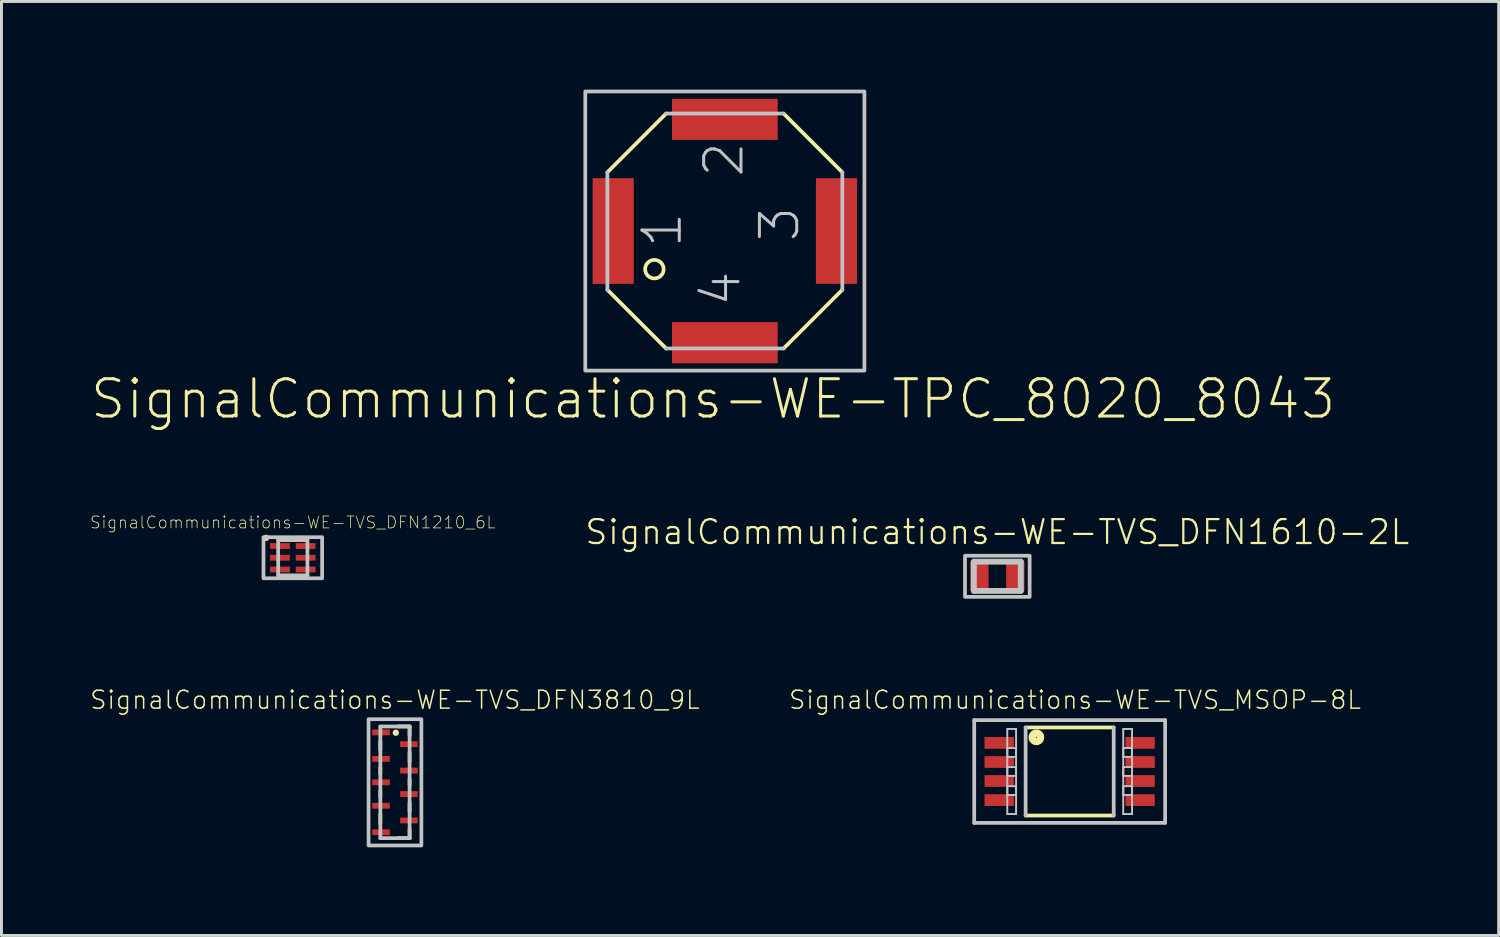
<source format=kicad_pcb>
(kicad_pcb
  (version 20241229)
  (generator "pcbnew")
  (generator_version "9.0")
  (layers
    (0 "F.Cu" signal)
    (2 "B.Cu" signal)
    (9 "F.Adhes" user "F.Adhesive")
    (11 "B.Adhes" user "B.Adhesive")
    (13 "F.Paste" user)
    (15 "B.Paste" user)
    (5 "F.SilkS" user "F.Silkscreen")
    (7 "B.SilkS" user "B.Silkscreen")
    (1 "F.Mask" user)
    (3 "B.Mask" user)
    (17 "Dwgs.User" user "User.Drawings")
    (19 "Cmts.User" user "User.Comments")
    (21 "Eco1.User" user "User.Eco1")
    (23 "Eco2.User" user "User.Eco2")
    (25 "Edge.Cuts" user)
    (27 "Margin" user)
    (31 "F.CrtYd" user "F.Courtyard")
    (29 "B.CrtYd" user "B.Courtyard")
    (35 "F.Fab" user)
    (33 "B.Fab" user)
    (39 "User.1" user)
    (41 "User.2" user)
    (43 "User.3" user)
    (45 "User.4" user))
  (footprint "SignalCommunications-WE-TVS_DFN1610-2L"
    (layer "F.Cu")
    (at 30.895 16.565)
    (property "Reference" "SignalCommunications-WE-TVS_DFN1610-2L" (at 0 -1.506 0) (layer "F.SilkS") (effects (font (size 0.813 0.813) (thickness 0.076))))
    (attr smd)
    (fp_line (start -0.798 -0.498) (end 0.798 -0.498) (stroke (width 0.198) (type solid)) (layer "Dwgs.User"))
    (fp_line (start -0.798 0.498) (end -0.798 -0.498) (stroke (width 0.198) (type solid)) (layer "Dwgs.User"))
    (fp_line (start 0.798 -0.498) (end 0.798 0.498) (stroke (width 0.198) (type solid)) (layer "Dwgs.User"))
    (fp_line (start 0.798 0.498) (end -0.798 0.498) (stroke (width 0.198) (type solid)) (layer "Dwgs.User"))
    (fp_poly (pts (xy -1.1 -0.699) (xy 1.1 -0.699) (xy 1.1 0.699) (xy -1.1 0.699) (xy -1.1 -0.699)) (stroke (width 0.127) (type solid)) (fill no) (layer "Dwgs.User"))
    (pad "1" smd rect (at -0.612 0) (size 0.625 0.998) (layers "F.Cu" "F.Mask" "F.Paste"))
    (pad "2" smd rect (at 0.612 0) (size 0.625 0.998) (layers "F.Cu" "F.Mask" "F.Paste")))
  (footprint "SignalCommunications-WE-TVS_DFN1210_6L"
    (layer "F.Cu")
    (at 6.916 15.933)
    (property "Reference" "SignalCommunications-WE-TVS_DFN1210_6L" (at 0 -1.201 0) (layer "F.SilkS") (effects (font (size 0.406 0.406) (thickness 0.025))))
    (attr smd)
    (fp_circle (center -0.909 -0.678) (end -0.909 -0.686) (stroke (width 0.099) (type solid)) (fill no) (layer "F.SilkS"))
    (fp_line (start -0.498 -0.599) (end 0.498 -0.599) (stroke (width 0.127) (type solid)) (layer "Dwgs.User"))
    (fp_line (start -0.498 0.599) (end -0.498 -0.599) (stroke (width 0.127) (type solid)) (layer "Dwgs.User"))
    (fp_line (start 0.498 -0.599) (end 0.498 0.599) (stroke (width 0.127) (type solid)) (layer "Dwgs.User"))
    (fp_line (start 0.498 0.599) (end -0.498 0.599) (stroke (width 0.127) (type solid)) (layer "Dwgs.User"))
    (fp_poly (pts (xy 0.998 -0.699) (xy 0.998 0.699) (xy -0.998 0.699) (xy -0.998 -0.699) (xy 0.998 -0.699)) (stroke (width 0.127) (type solid)) (fill no) (layer "Dwgs.User"))
    (pad "1" smd rect (at -0.437 -0.399) (size 0.673 0.198) (layers "F.Cu" "F.Mask" "F.Paste"))
    (pad "2" smd rect (at -0.437 0) (size 0.673 0.198) (layers "F.Cu" "F.Mask" "F.Paste"))
    (pad "3" smd rect (at -0.437 0.399) (size 0.673 0.198) (layers "F.Cu" "F.Mask" "F.Paste"))
    (pad "4" smd rect (at 0.437 0.399) (size 0.673 0.198) (layers "F.Cu" "F.Mask" "F.Paste"))
    (pad "5" smd rect (at 0.437 0) (size 0.673 0.198) (layers "F.Cu" "F.Mask" "F.Paste"))
    (pad "6" smd rect (at 0.437 -0.399) (size 0.673 0.198) (layers "F.Cu" "F.Mask" "F.Paste")))
  (footprint "SignalCommunications-WE-TVS_MSOP-8L"
    (layer "F.Cu")
    (at 33.357 23.209)
    (property "Reference" "SignalCommunications-WE-TVS_MSOP-8L" (at 0.183 -2.436 0) (layer "F.SilkS") (effects (font (size 0.61 0.61) (thickness 0.051))))
    (attr smd)
    (fp_line (start -1.499 -1.499) (end 1.499 -1.499) (stroke (width 0.127) (type solid)) (layer "F.SilkS"))
    (fp_line (start 1.499 1.499) (end -1.499 1.499) (stroke (width 0.127) (type solid)) (layer "F.SilkS"))
    (fp_circle (center -1.133 -1.163) (end -1.133 -1.181) (stroke (width 0.249) (type solid)) (fill no) (layer "F.SilkS"))
    (fp_line (start -3.249 -1.748) (end 3.249 -1.748) (stroke (width 0.127) (type solid)) (layer "Dwgs.User"))
    (fp_line (start -3.249 1.748) (end -3.249 -1.748) (stroke (width 0.127) (type solid)) (layer "Dwgs.User"))
    (fp_line (start -2.123 -1.448) (end -1.824 -1.448) (stroke (width 0.066) (type solid)) (layer "Dwgs.User"))
    (fp_line (start -2.123 -0.798) (end -1.824 -0.798) (stroke (width 0.066) (type solid)) (layer "Dwgs.User"))
    (fp_line (start -2.123 -0.498) (end -2.123 -1.448) (stroke (width 0.066) (type solid)) (layer "Dwgs.User"))
    (fp_line (start -2.123 -0.498) (end -1.824 -0.498) (stroke (width 0.066) (type solid)) (layer "Dwgs.User"))
    (fp_line (start -2.123 -0.15) (end -1.824 -0.15) (stroke (width 0.066) (type solid)) (layer "Dwgs.User"))
    (fp_line (start -2.123 0.15) (end -2.123 -0.798) (stroke (width 0.066) (type solid)) (layer "Dwgs.User"))
    (fp_line (start -2.123 0.15) (end -1.824 0.15) (stroke (width 0.066) (type solid)) (layer "Dwgs.User"))
    (fp_line (start -2.123 0.498) (end -1.824 0.498) (stroke (width 0.066) (type solid)) (layer "Dwgs.User"))
    (fp_line (start -2.123 0.798) (end -2.123 -0.15) (stroke (width 0.066) (type solid)) (layer "Dwgs.User"))
    (fp_line (start -2.123 0.798) (end -1.824 0.798) (stroke (width 0.066) (type solid)) (layer "Dwgs.User"))
    (fp_line (start -2.123 1.448) (end -2.123 0.498) (stroke (width 0.066) (type solid)) (layer "Dwgs.User"))
    (fp_line (start -2.123 1.448) (end -1.824 1.448) (stroke (width 0.066) (type solid)) (layer "Dwgs.User"))
    (fp_line (start -1.824 -0.498) (end -1.824 -1.448) (stroke (width 0.066) (type solid)) (layer "Dwgs.User"))
    (fp_line (start -1.824 0.15) (end -1.824 -0.798) (stroke (width 0.066) (type solid)) (layer "Dwgs.User"))
    (fp_line (start -1.824 0.798) (end -1.824 -0.15) (stroke (width 0.066) (type solid)) (layer "Dwgs.User"))
    (fp_line (start -1.824 1.448) (end -1.824 0.498) (stroke (width 0.066) (type solid)) (layer "Dwgs.User"))
    (fp_line (start -1.499 1.499) (end -1.499 -1.499) (stroke (width 0.127) (type solid)) (layer "Dwgs.User"))
    (fp_line (start 1.499 -1.499) (end 1.499 1.499) (stroke (width 0.127) (type solid)) (layer "Dwgs.User"))
    (fp_line (start 1.824 -1.448) (end 2.123 -1.448) (stroke (width 0.066) (type solid)) (layer "Dwgs.User"))
    (fp_line (start 1.824 -0.798) (end 2.123 -0.798) (stroke (width 0.066) (type solid)) (layer "Dwgs.User"))
    (fp_line (start 1.824 -0.498) (end 1.824 -1.448) (stroke (width 0.066) (type solid)) (layer "Dwgs.User"))
    (fp_line (start 1.824 -0.498) (end 2.123 -0.498) (stroke (width 0.066) (type solid)) (layer "Dwgs.User"))
    (fp_line (start 1.824 -0.15) (end 2.123 -0.15) (stroke (width 0.066) (type solid)) (layer "Dwgs.User"))
    (fp_line (start 1.824 0.15) (end 1.824 -0.798) (stroke (width 0.066) (type solid)) (layer "Dwgs.User"))
    (fp_line (start 1.824 0.15) (end 2.123 0.15) (stroke (width 0.066) (type solid)) (layer "Dwgs.User"))
    (fp_line (start 1.824 0.498) (end 2.123 0.498) (stroke (width 0.066) (type solid)) (layer "Dwgs.User"))
    (fp_line (start 1.824 0.798) (end 1.824 -0.15) (stroke (width 0.066) (type solid)) (layer "Dwgs.User"))
    (fp_line (start 1.824 0.798) (end 2.123 0.798) (stroke (width 0.066) (type solid)) (layer "Dwgs.User"))
    (fp_line (start 1.824 1.448) (end 1.824 0.498) (stroke (width 0.066) (type solid)) (layer "Dwgs.User"))
    (fp_line (start 1.824 1.448) (end 2.123 1.448) (stroke (width 0.066) (type solid)) (layer "Dwgs.User"))
    (fp_line (start 2.123 -0.498) (end 2.123 -1.448) (stroke (width 0.066) (type solid)) (layer "Dwgs.User"))
    (fp_line (start 2.123 0.15) (end 2.123 -0.798) (stroke (width 0.066) (type solid)) (layer "Dwgs.User"))
    (fp_line (start 2.123 0.798) (end 2.123 -0.15) (stroke (width 0.066) (type solid)) (layer "Dwgs.User"))
    (fp_line (start 2.123 1.448) (end 2.123 0.498) (stroke (width 0.066) (type solid)) (layer "Dwgs.User"))
    (fp_line (start 3.249 -1.748) (end 3.249 1.748) (stroke (width 0.127) (type solid)) (layer "Dwgs.User"))
    (fp_line (start 3.249 1.748) (end -3.249 1.748) (stroke (width 0.127) (type solid)) (layer "Dwgs.User"))
    (pad "1" smd rect (at -2.398 -0.973 270) (size 0.399 0.998) (layers "F.Cu" "F.Mask" "F.Paste"))
    (pad "2" smd rect (at -2.398 -0.323 270) (size 0.399 0.998) (layers "F.Cu" "F.Mask" "F.Paste"))
    (pad "3" smd rect (at -2.398 0.323 270) (size 0.399 0.998) (layers "F.Cu" "F.Mask" "F.Paste"))
    (pad "4" smd rect (at -2.398 0.973 270) (size 0.399 0.998) (layers "F.Cu" "F.Mask" "F.Paste"))
    (pad "5" smd rect (at 2.398 0.973 270) (size 0.399 0.998) (layers "F.Cu" "F.Mask" "F.Paste"))
    (pad "6" smd rect (at 2.398 0.323 270) (size 0.399 0.998) (layers "F.Cu" "F.Mask" "F.Paste"))
    (pad "7" smd rect (at 2.398 -0.323 270) (size 0.399 0.998) (layers "F.Cu" "F.Mask" "F.Paste"))
    (pad "8" smd rect (at 2.398 -0.973 270) (size 0.399 0.998) (layers "F.Cu" "F.Mask" "F.Paste")))
  (footprint "SignalCommunications-WE-TVS_DFN3810_9L"
    (layer "F.Cu")
    (at 10.393 23.577)
    (property "Reference" "SignalCommunications-WE-TVS_DFN3810_9L" (at 0 -2.804 0) (layer "F.SilkS") (effects (font (size 0.61 0.61) (thickness 0.051))))
    (attr smd)
    (fp_line (start -0.498 -1.4) (end -0.498 -1.1) (stroke (width 0.127) (type solid)) (layer "F.SilkS"))
    (fp_line (start -0.498 -0.498) (end -0.498 -0.3) (stroke (width 0.127) (type solid)) (layer "F.SilkS"))
    (fp_line (start -0.498 0.3) (end -0.498 0.498) (stroke (width 0.127) (type solid)) (layer "F.SilkS"))
    (fp_line (start -0.498 1.1) (end -0.498 1.4) (stroke (width 0.127) (type solid)) (layer "F.SilkS"))
    (fp_line (start 0.498 -1.9) (end 0.099 -1.9) (stroke (width 0.127) (type solid)) (layer "F.SilkS"))
    (fp_line (start 0.498 -1.598) (end 0.498 -1.9) (stroke (width 0.127) (type solid)) (layer "F.SilkS"))
    (fp_line (start 0.498 -0.998) (end 0.498 -0.699) (stroke (width 0.127) (type solid)) (layer "F.SilkS"))
    (fp_line (start 0.498 -0.099) (end 0.498 0.099) (stroke (width 0.127) (type solid)) (layer "F.SilkS"))
    (fp_line (start 0.498 0.699) (end 0.498 0.998) (stroke (width 0.127) (type solid)) (layer "F.SilkS"))
    (fp_line (start 0.498 1.598) (end 0.498 1.9) (stroke (width 0.127) (type solid)) (layer "F.SilkS"))
    (fp_line (start 0.498 1.9) (end 0.099 1.9) (stroke (width 0.127) (type solid)) (layer "F.SilkS"))
    (fp_circle (center 0.028 -1.689) (end 0.028 -1.697) (stroke (width 0.099) (type solid)) (fill no) (layer "F.SilkS"))
    (fp_line (start -0.498 -1.9) (end 0.498 -1.9) (stroke (width 0.127) (type solid)) (layer "Dwgs.User"))
    (fp_line (start -0.498 1.9) (end -0.498 -1.9) (stroke (width 0.127) (type solid)) (layer "Dwgs.User"))
    (fp_line (start 0.498 -1.9) (end 0.498 1.9) (stroke (width 0.127) (type solid)) (layer "Dwgs.User"))
    (fp_line (start 0.498 1.9) (end -0.498 1.9) (stroke (width 0.127) (type solid)) (layer "Dwgs.User"))
    (fp_poly (pts (xy 0.899 -2.149) (xy 0.899 2.149) (xy -0.899 2.149) (xy -0.899 -2.149) (xy 0.899 -2.149)) (stroke (width 0.127) (type solid)) (fill no) (layer "Dwgs.User"))
    (pad "1" smd rect (at -0.475 -1.699) (size 0.599 0.198) (layers "F.Cu" "F.Mask" "F.Paste"))
    (pad "2" smd rect (at -0.475 -0.798) (size 0.599 0.198) (layers "F.Cu" "F.Mask" "F.Paste"))
    (pad "3" smd rect (at -0.475 0) (size 0.599 0.198) (layers "F.Cu" "F.Mask" "F.Paste"))
    (pad "4" smd rect (at -0.475 0.798) (size 0.599 0.198) (layers "F.Cu" "F.Mask" "F.Paste"))
    (pad "5" smd rect (at -0.475 1.699) (size 0.599 0.198) (layers "F.Cu" "F.Mask" "F.Paste"))
    (pad "6" smd rect (at 0.475 1.298) (size 0.599 0.198) (layers "F.Cu" "F.Mask" "F.Paste"))
    (pad "7" smd rect (at 0.475 0.399) (size 0.599 0.198) (layers "F.Cu" "F.Mask" "F.Paste"))
    (pad "8" smd rect (at 0.475 -0.399) (size 0.599 0.198) (layers "F.Cu" "F.Mask" "F.Paste"))
    (pad "9" smd rect (at 0.475 -1.298) (size 0.599 0.198) (layers "F.Cu" "F.Mask" "F.Paste")))
  (footprint "SignalCommunications-WE-TPC_8020_8043"
    (layer "F.Cu")
    (at 21.621 4.813)
    (property "Reference" "SignalCommunications-WE-TPC_8020_8043" (at -0.399 5.715 0) (layer "F.SilkS") (effects (font (size 1.27 1.27) (thickness 0.102))))
    (attr smd)
    (fp_line (start -3.998 -1.999) (end -1.999 -3.998) (stroke (width 0.127) (type solid)) (layer "F.SilkS"))
    (fp_line (start -1.999 3.998) (end -3.998 1.999) (stroke (width 0.127) (type solid)) (layer "F.SilkS"))
    (fp_line (start 1.999 -3.998) (end 3.998 -1.999) (stroke (width 0.127) (type solid)) (layer "F.SilkS"))
    (fp_line (start 3.998 1.999) (end 1.999 3.998) (stroke (width 0.127) (type solid)) (layer "F.SilkS"))
    (fp_circle (center -2.398 1.298) (end -2.398 0.983) (stroke (width 0.127) (type solid)) (fill no) (layer "F.SilkS"))
    (fp_line (start -3.998 1.999) (end -3.998 -1.999) (stroke (width 0.127) (type solid)) (layer "Dwgs.User"))
    (fp_line (start -1.999 -3.998) (end 1.999 -3.998) (stroke (width 0.127) (type solid)) (layer "Dwgs.User"))
    (fp_line (start -1.999 3.998) (end 1.999 3.998) (stroke (width 0.127) (type solid)) (layer "Dwgs.User"))
    (fp_line (start 3.998 1.999) (end 3.998 -1.999) (stroke (width 0.127) (type solid)) (layer "Dwgs.User"))
    (fp_poly (pts (xy -4.75 4.75) (xy -4.75 -4.75) (xy 4.75 -4.75) (xy 4.75 4.75) (xy -4.75 4.75)) (stroke (width 0.127) (type solid)) (fill no) (layer "Dwgs.User"))
    (fp_text user "3" (at 1.864 -0.234 90) (layer "Dwgs.User") (effects (font (size 1.27 1.27) (thickness 0.102))))
    (fp_text user "1" (at -2.134 -0.033 90) (layer "Dwgs.User") (effects (font (size 1.27 1.27) (thickness 0.102))))
    (fp_text user "4" (at -0.135 1.963 90) (layer "Dwgs.User") (effects (font (size 1.27 1.27) (thickness 0.102))))
    (fp_text user "2" (at -0.033 -2.433 90) (layer "Dwgs.User") (effects (font (size 1.27 1.27) (thickness 0.102))))
    (pad "1" smd rect (at -3.8 0 90) (size 3.599 1.4) (layers "F.Cu" "F.Mask" "F.Paste"))
    (pad "2" smd rect (at 0 -3.8 90) (size 1.4 3.599) (layers "F.Cu" "F.Mask" "F.Paste"))
    (pad "3" smd rect (at 3.8 0 90) (size 3.599 1.4) (layers "F.Cu" "F.Mask" "F.Paste"))
    (pad "4" smd rect (at 0 3.8 90) (size 1.4 3.599) (layers "F.Cu" "F.Mask" "F.Paste")))
  (gr_rect
    (start -3 -3)
    (end 47.959 28.789)
    (stroke (width 0.1) (type default))
    (fill no)
    (layer "Edge.Cuts")))
</source>
